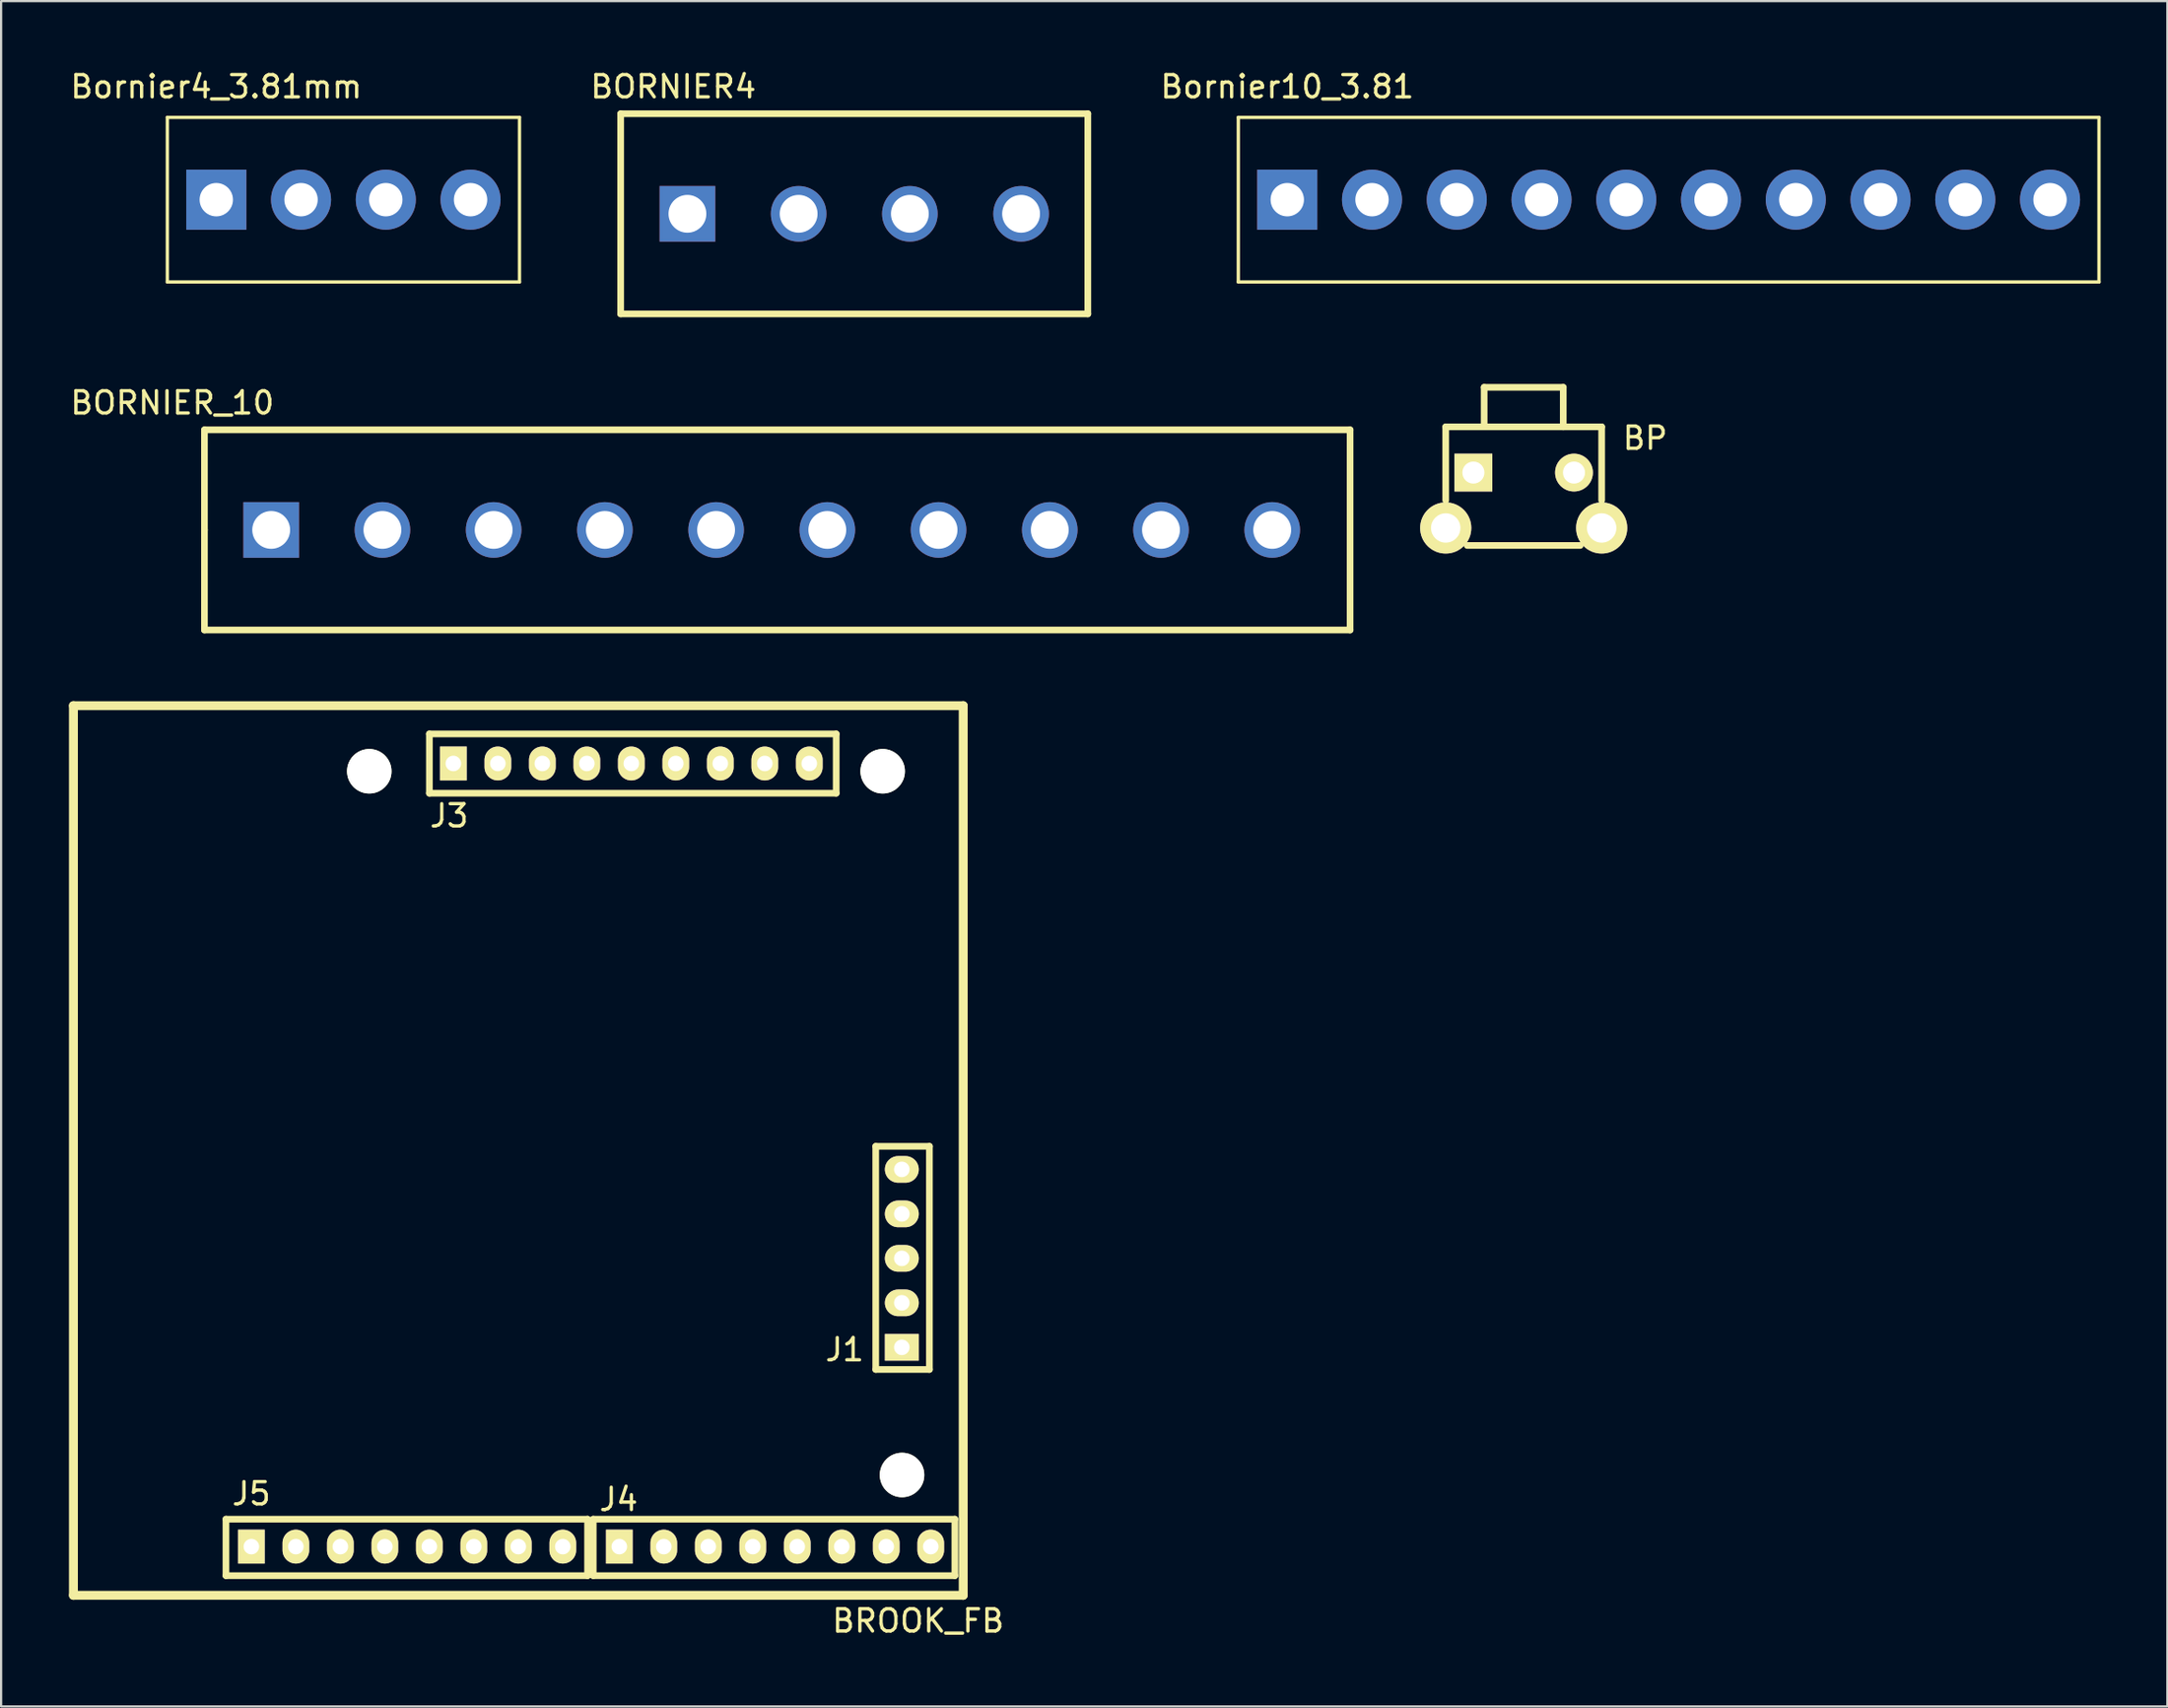
<source format=kicad_pcb>
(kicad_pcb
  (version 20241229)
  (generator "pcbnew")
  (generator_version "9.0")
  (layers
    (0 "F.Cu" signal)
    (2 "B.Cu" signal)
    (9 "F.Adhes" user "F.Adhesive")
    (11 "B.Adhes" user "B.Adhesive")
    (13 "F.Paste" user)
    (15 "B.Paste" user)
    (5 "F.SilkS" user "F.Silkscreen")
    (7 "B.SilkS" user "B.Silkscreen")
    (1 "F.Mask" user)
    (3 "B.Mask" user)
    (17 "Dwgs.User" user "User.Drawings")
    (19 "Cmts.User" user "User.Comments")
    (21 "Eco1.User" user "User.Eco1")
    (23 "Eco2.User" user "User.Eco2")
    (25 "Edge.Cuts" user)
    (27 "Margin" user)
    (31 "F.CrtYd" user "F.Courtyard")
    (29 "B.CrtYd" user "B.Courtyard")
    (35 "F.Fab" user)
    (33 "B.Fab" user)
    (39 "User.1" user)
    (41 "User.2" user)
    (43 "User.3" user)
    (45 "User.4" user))
  (footprint "BROOK_FB"
    (layer "F.Cu")
    (at 0.25 28.677)
    (property "Reference" "BROOK_FB" (at 37.973 41.148 0) (layer "F.SilkS") (effects (font (size 1 1) (thickness 0.15))))
    (attr through_hole)
    (fp_line (start 0 0) (end 0 40) (stroke (width 0.4) (type solid)) (layer "F.SilkS"))
    (fp_line (start 0 0) (end 40 0) (stroke (width 0.4) (type solid)) (layer "F.SilkS"))
    (fp_line (start 6.858 36.576) (end 6.858 39.116) (stroke (width 0.3) (type solid)) (layer "F.SilkS"))
    (fp_line (start 6.858 36.576) (end 23.114 36.576) (stroke (width 0.3) (type solid)) (layer "F.SilkS"))
    (fp_line (start 6.858 39.116) (end 23.114 39.116) (stroke (width 0.3) (type solid)) (layer "F.SilkS"))
    (fp_line (start 16.002 1.27) (end 34.29 1.27) (stroke (width 0.3) (type solid)) (layer "F.SilkS"))
    (fp_line (start 16.002 3.937) (end 16.002 1.27) (stroke (width 0.3) (type solid)) (layer "F.SilkS"))
    (fp_line (start 23.114 36.576) (end 23.114 39.116) (stroke (width 0.3) (type solid)) (layer "F.SilkS"))
    (fp_line (start 23.368 36.576) (end 23.368 39.116) (stroke (width 0.3) (type solid)) (layer "F.SilkS"))
    (fp_line (start 23.368 36.576) (end 39.624 36.576) (stroke (width 0.3) (type solid)) (layer "F.SilkS"))
    (fp_line (start 23.368 39.116) (end 39.624 39.116) (stroke (width 0.3) (type solid)) (layer "F.SilkS"))
    (fp_line (start 34.29 1.27) (end 34.29 3.937) (stroke (width 0.3) (type solid)) (layer "F.SilkS"))
    (fp_line (start 34.29 3.937) (end 16.002 3.937) (stroke (width 0.3) (type solid)) (layer "F.SilkS"))
    (fp_line (start 36.068 19.812) (end 36.068 29.845) (stroke (width 0.3) (type solid)) (layer "F.SilkS"))
    (fp_line (start 36.068 19.812) (end 38.481 19.812) (stroke (width 0.3) (type solid)) (layer "F.SilkS"))
    (fp_line (start 36.068 29.845) (end 38.481 29.845) (stroke (width 0.3) (type solid)) (layer "F.SilkS"))
    (fp_line (start 38.481 29.845) (end 38.481 19.812) (stroke (width 0.3) (type solid)) (layer "F.SilkS"))
    (fp_line (start 39.624 36.576) (end 39.624 39.116) (stroke (width 0.3) (type solid)) (layer "F.SilkS"))
    (fp_line (start 40 0) (end 40 40) (stroke (width 0.4) (type solid)) (layer "F.SilkS"))
    (fp_line (start 40 40) (end 0 40) (stroke (width 0.4) (type solid)) (layer "F.SilkS"))
    (fp_text user "J3" (at 16.891 4.953 0) (layer "F.SilkS") (effects (font (size 1 1) (thickness 0.15))))
    (fp_text user "J5" (at 8.001 35.433 0) (layer "F.SilkS") (effects (font (size 1 1) (thickness 0.15))))
    (fp_text user "J4" (at 24.511 35.687 0) (layer "F.SilkS") (effects (font (size 1 1) (thickness 0.15))))
    (fp_text user "J1" (at 34.671 28.956 0) (layer "F.SilkS") (effects (font (size 1 1) (thickness 0.15))))
    (pad "" np_thru_hole circle (at 13.3 2.95) (size 2 2) (drill 2) (layers "*.Cu" "*.Mask" "F.SilkS"))
    (pad "" np_thru_hole circle (at 36.38 2.95) (size 2 2) (drill 2) (layers "*.Cu" "*.Mask" "F.SilkS"))
    (pad "" np_thru_hole circle (at 37.25 34.59) (size 2 2) (drill 2) (layers "*.Cu" "*.Mask" "F.SilkS"))
    (pad "J1_1" thru_hole rect (at 37.24 28.85 90) (size 1.2 1.524) (drill 0.7) (layers "*.Cu" "*.Mask" "F.SilkS"))
    (pad "J1_2" thru_hole oval (at 37.24 26.85 90) (size 1.2 1.524) (drill 0.7) (layers "*.Cu" "*.Mask" "F.SilkS"))
    (pad "J1_3" thru_hole oval (at 37.24 24.85 90) (size 1.2 1.524) (drill 0.7) (layers "*.Cu" "*.Mask" "F.SilkS"))
    (pad "J1_4" thru_hole oval (at 37.24 22.85 90) (size 1.2 1.524) (drill 0.7) (layers "*.Cu" "*.Mask" "F.SilkS"))
    (pad "J1_5" thru_hole oval (at 37.24 20.85 90) (size 1.2 1.524) (drill 0.7) (layers "*.Cu" "*.Mask" "F.SilkS"))
    (pad "J3_1" thru_hole rect (at 17.08 2.6 180) (size 1.2 1.524) (drill 0.7) (layers "*.Cu" "*.Mask" "F.SilkS"))
    (pad "J3_2" thru_hole oval (at 19.08 2.6 180) (size 1.2 1.524) (drill 0.7) (layers "*.Cu" "*.Mask" "F.SilkS"))
    (pad "J3_3" thru_hole oval (at 21.08 2.6 180) (size 1.2 1.524) (drill 0.7) (layers "*.Cu" "*.Mask" "F.SilkS"))
    (pad "J3_4" thru_hole oval (at 23.08 2.6 180) (size 1.2 1.524) (drill 0.7) (layers "*.Cu" "*.Mask" "F.SilkS"))
    (pad "J3_5" thru_hole oval (at 25.08 2.6 180) (size 1.2 1.524) (drill 0.7) (layers "*.Cu" "*.Mask" "F.SilkS"))
    (pad "J3_6" thru_hole oval (at 27.08 2.6 180) (size 1.2 1.524) (drill 0.7) (layers "*.Cu" "*.Mask" "F.SilkS"))
    (pad "J3_7" thru_hole oval (at 29.08 2.6 180) (size 1.2 1.524) (drill 0.7) (layers "*.Cu" "*.Mask" "F.SilkS"))
    (pad "J3_8" thru_hole oval (at 31.08 2.6 180) (size 1.2 1.524) (drill 0.7) (layers "*.Cu" "*.Mask" "F.SilkS"))
    (pad "J3_9" thru_hole oval (at 33.08 2.6 180) (size 1.2 1.524) (drill 0.7) (layers "*.Cu" "*.Mask" "F.SilkS"))
    (pad "J4_1" thru_hole rect (at 24.54 37.81) (size 1.2 1.524) (drill 0.7) (layers "*.Cu" "*.Mask" "F.SilkS"))
    (pad "J4_2" thru_hole oval (at 26.54 37.81) (size 1.2 1.524) (drill 0.7) (layers "*.Cu" "*.Mask" "F.SilkS"))
    (pad "J4_3" thru_hole oval (at 28.54 37.81) (size 1.2 1.524) (drill 0.7) (layers "*.Cu" "*.Mask" "F.SilkS"))
    (pad "J4_4" thru_hole oval (at 30.54 37.81) (size 1.2 1.524) (drill 0.7) (layers "*.Cu" "*.Mask" "F.SilkS"))
    (pad "J4_5" thru_hole oval (at 32.54 37.81) (size 1.2 1.524) (drill 0.7) (layers "*.Cu" "*.Mask" "F.SilkS"))
    (pad "J4_6" thru_hole oval (at 34.54 37.81) (size 1.2 1.524) (drill 0.7) (layers "*.Cu" "*.Mask" "F.SilkS"))
    (pad "J4_7" thru_hole oval (at 36.54 37.81) (size 1.2 1.524) (drill 0.7) (layers "*.Cu" "*.Mask" "F.SilkS"))
    (pad "J4_8" thru_hole oval (at 38.54 37.81) (size 1.2 1.524) (drill 0.7) (layers "*.Cu" "*.Mask" "F.SilkS"))
    (pad "J5_1" thru_hole rect (at 8 37.81 180) (size 1.2 1.524) (drill 0.7) (layers "*.Cu" "*.Mask" "F.SilkS"))
    (pad "J5_2" thru_hole oval (at 10 37.81) (size 1.2 1.524) (drill 0.7) (layers "*.Cu" "*.Mask" "F.SilkS"))
    (pad "J5_3" thru_hole oval (at 12 37.81) (size 1.2 1.524) (drill 0.7) (layers "*.Cu" "*.Mask" "F.SilkS"))
    (pad "J5_4" thru_hole oval (at 14 37.81) (size 1.2 1.524) (drill 0.7) (layers "*.Cu" "*.Mask" "F.SilkS"))
    (pad "J5_5" thru_hole oval (at 16 37.81) (size 1.2 1.524) (drill 0.7) (layers "*.Cu" "*.Mask" "F.SilkS"))
    (pad "J5_6" thru_hole oval (at 18 37.81) (size 1.2 1.524) (drill 0.7) (layers "*.Cu" "*.Mask" "F.SilkS"))
    (pad "J5_7" thru_hole oval (at 20 37.81) (size 1.2 1.524) (drill 0.7) (layers "*.Cu" "*.Mask" "F.SilkS"))
    (pad "J5_8" thru_hole oval (at 22 37.81 180) (size 1.2 1.524) (drill 0.7) (layers "*.Cu" "*.Mask" "F.SilkS")))
  (footprint "Bornier4_3.81mm"
    (layer "F.Cu")
    (at 6.673 5.928)
    (property "Reference" "Bornier4_3.81mm" (at 0 -5.08 0) (layer "F.SilkS") (effects (font (size 1 1) (thickness 0.15))))
    (attr through_hole)
    (fp_line (start -2.2 -3.7) (end 13.63 -3.7) (stroke (width 0.15) (type solid)) (layer "F.SilkS"))
    (fp_line (start -2.2 3.7) (end -2.2 -3.7) (stroke (width 0.15) (type solid)) (layer "F.SilkS"))
    (fp_line (start 13.63 -3.7) (end 13.63 3.7) (stroke (width 0.15) (type solid)) (layer "F.SilkS"))
    (fp_line (start 13.63 3.7) (end -2.2 3.7) (stroke (width 0.15) (type solid)) (layer "F.SilkS"))
    (pad "1" thru_hole rect (at 0 0) (size 2.7 2.7) (drill 1.5) (layers "*.Cu" "*.Mask"))
    (pad "2" thru_hole circle (at 3.81 0) (size 2.7 2.7) (drill 1.5) (layers "*.Cu" "*.Mask"))
    (pad "3" thru_hole circle (at 7.62 0) (size 2.7 2.7) (drill 1.5) (layers "*.Cu" "*.Mask"))
    (pad "4" thru_hole circle (at 11.43 0) (size 2.7 2.7) (drill 1.5) (layers "*.Cu" "*.Mask")))
  (footprint "BP"
    (layer "F.Cu")
    (at 65.446 19.443)
    (property "Reference" "BP" (at 5.461 -2.794 0) (layer "F.SilkS") (effects (font (size 1 1) (thickness 0.15))))
    (attr through_hole)
    (fp_line (start -3.505 -3.302) (end -3.505 0) (stroke (width 0.3) (type solid)) (layer "F.SilkS"))
    (fp_line (start -3.505 -3.302) (end 3.505 -3.302) (stroke (width 0.3) (type solid)) (layer "F.SilkS"))
    (fp_line (start -2.54 2.032) (end 2.54 2.032) (stroke (width 0.3) (type solid)) (layer "F.SilkS"))
    (fp_line (start -1.778 -5.08) (end -1.778 -3.327) (stroke (width 0.3) (type solid)) (layer "F.SilkS"))
    (fp_line (start -1.778 -5.08) (end 1.778 -5.08) (stroke (width 0.3) (type solid)) (layer "F.SilkS"))
    (fp_line (start 1.778 -5.08) (end 1.778 -3.302) (stroke (width 0.3) (type solid)) (layer "F.SilkS"))
    (fp_line (start 3.505 -3.302) (end 3.505 0) (stroke (width 0.3) (type solid)) (layer "F.SilkS"))
    (pad "1" thru_hole rect (at -2.261 -1.245) (size 1.7 1.7) (drill 0.991) (layers "*.Cu" "*.Mask" "F.SilkS"))
    (pad "2" thru_hole circle (at 2.261 -1.245) (size 1.7 1.7) (drill 0.991) (layers "*.Cu" "*.Mask" "F.SilkS"))
    (pad "3" thru_hole circle (at -3.505 1.245) (size 2.3 2.3) (drill 1.321) (layers "*.Cu" "*.Mask" "F.SilkS"))
    (pad "4" thru_hole circle (at 3.505 1.245) (size 2.3 2.3) (drill 1.321) (layers "*.Cu" "*.Mask" "F.SilkS")))
  (footprint "Bornier10_3.81"
    (layer "F.Cu")
    (at 54.817 5.928)
    (property "Reference" "Bornier10_3.81" (at 0 -5.08 0) (layer "F.SilkS") (effects (font (size 1 1) (thickness 0.15))))
    (attr through_hole)
    (fp_line (start -2.2 -3.7) (end 36.49 -3.7) (stroke (width 0.15) (type solid)) (layer "F.SilkS"))
    (fp_line (start -2.2 3.7) (end -2.2 -3.7) (stroke (width 0.15) (type solid)) (layer "F.SilkS"))
    (fp_line (start 36.49 -3.7) (end 36.49 3.7) (stroke (width 0.15) (type solid)) (layer "F.SilkS"))
    (fp_line (start 36.49 3.7) (end -2.2 3.7) (stroke (width 0.15) (type solid)) (layer "F.SilkS"))
    (pad "1" thru_hole rect (at 0 0) (size 2.7 2.7) (drill 1.5) (layers "*.Cu" "*.Mask"))
    (pad "2" thru_hole circle (at 3.81 0) (size 2.7 2.7) (drill 1.5) (layers "*.Cu" "*.Mask"))
    (pad "3" thru_hole circle (at 7.62 0) (size 2.7 2.7) (drill 1.5) (layers "*.Cu" "*.Mask"))
    (pad "4" thru_hole circle (at 11.43 0) (size 2.7 2.7) (drill 1.5) (layers "*.Cu" "*.Mask"))
    (pad "5" thru_hole circle (at 15.24 0) (size 2.7 2.7) (drill 1.5) (layers "*.Cu" "*.Mask"))
    (pad "6" thru_hole circle (at 19.05 0) (size 2.7 2.7) (drill 1.5) (layers "*.Cu" "*.Mask"))
    (pad "7" thru_hole circle (at 22.86 0) (size 2.7 2.7) (drill 1.5) (layers "*.Cu" "*.Mask"))
    (pad "8" thru_hole circle (at 26.67 0) (size 2.7 2.7) (drill 1.5) (layers "*.Cu" "*.Mask"))
    (pad "9" thru_hole circle (at 30.48 0) (size 2.7 2.7) (drill 1.5) (layers "*.Cu" "*.Mask"))
    (pad "10" thru_hole circle (at 34.29 0) (size 2.7 2.7) (drill 1.5) (layers "*.Cu" "*.Mask")))
  (footprint "BORNIER4"
    (layer "F.Cu")
    (at 27.852 6.563)
    (property "Reference" "BORNIER4" (at -0.635 -5.715 0) (layer "F.SilkS") (effects (font (size 1 1) (thickness 0.15))))
    (attr through_hole)
    (fp_line (start -3 -4.5) (end 18 -4.5) (stroke (width 0.3) (type solid)) (layer "F.SilkS"))
    (fp_line (start -3 4.5) (end -3 -4.5) (stroke (width 0.3) (type solid)) (layer "F.SilkS"))
    (fp_line (start 18 -4.5) (end 18 4.5) (stroke (width 0.3) (type solid)) (layer "F.SilkS"))
    (fp_line (start 18 4.5) (end -3 4.5) (stroke (width 0.3) (type solid)) (layer "F.SilkS"))
    (pad "1" thru_hole rect (at 0 0) (size 2.5 2.5) (drill 1.7) (layers "*.Cu" "*.Mask"))
    (pad "2" thru_hole circle (at 5 0) (size 2.5 2.5) (drill 1.7) (layers "*.Cu" "*.Mask"))
    (pad "3" thru_hole circle (at 10 0) (size 2.5 2.5) (drill 1.7) (layers "*.Cu" "*.Mask"))
    (pad "4" thru_hole circle (at 15 0) (size 2.5 2.5) (drill 1.7) (layers "*.Cu" "*.Mask")))
  (footprint "BORNIER_10"
    (layer "F.Cu")
    (at 9.141 20.776)
    (property "Reference" "BORNIER_10" (at -4.445 -5.715 0) (layer "F.SilkS") (effects (font (size 1 1) (thickness 0.15))))
    (attr through_hole)
    (fp_line (start -3 -4.5) (end 48.5 -4.5) (stroke (width 0.3) (type solid)) (layer "F.SilkS"))
    (fp_line (start -3 0) (end -3 -4.5) (stroke (width 0.3) (type solid)) (layer "F.SilkS"))
    (fp_line (start -3 4.5) (end -3 0) (stroke (width 0.3) (type solid)) (layer "F.SilkS"))
    (fp_line (start 48.5 -4.5) (end 48.5 4.5) (stroke (width 0.3) (type solid)) (layer "F.SilkS"))
    (fp_line (start 48.5 4.5) (end -3 4.5) (stroke (width 0.3) (type solid)) (layer "F.SilkS"))
    (pad "1" thru_hole rect (at 0 0) (size 2.5 2.5) (drill 1.7) (layers "*.Cu" "*.Mask"))
    (pad "2" thru_hole circle (at 5 0) (size 2.5 2.5) (drill 1.7) (layers "*.Cu" "*.Mask"))
    (pad "3" thru_hole circle (at 10 0) (size 2.5 2.5) (drill 1.7) (layers "*.Cu" "*.Mask"))
    (pad "4" thru_hole circle (at 15 0) (size 2.5 2.5) (drill 1.7) (layers "*.Cu" "*.Mask"))
    (pad "5" thru_hole circle (at 20 0) (size 2.5 2.5) (drill 1.7) (layers "*.Cu" "*.Mask"))
    (pad "6" thru_hole circle (at 25 0) (size 2.5 2.5) (drill 1.7) (layers "*.Cu" "*.Mask"))
    (pad "7" thru_hole circle (at 30 0) (size 2.5 2.5) (drill 1.7) (layers "*.Cu" "*.Mask"))
    (pad "8" thru_hole circle (at 35 0) (size 2.5 2.5) (drill 1.7) (layers "*.Cu" "*.Mask"))
    (pad "9" thru_hole circle (at 40 0) (size 2.5 2.5) (drill 1.7) (layers "*.Cu" "*.Mask"))
    (pad "10" thru_hole circle (at 45 0) (size 2.5 2.5) (drill 1.7) (layers "*.Cu" "*.Mask")))
  (gr_rect
    (start -3 -3)
    (end 94.382 73.673)
    (stroke (width 0.1) (type default))
    (fill no)
    (layer "Edge.Cuts")))
</source>
